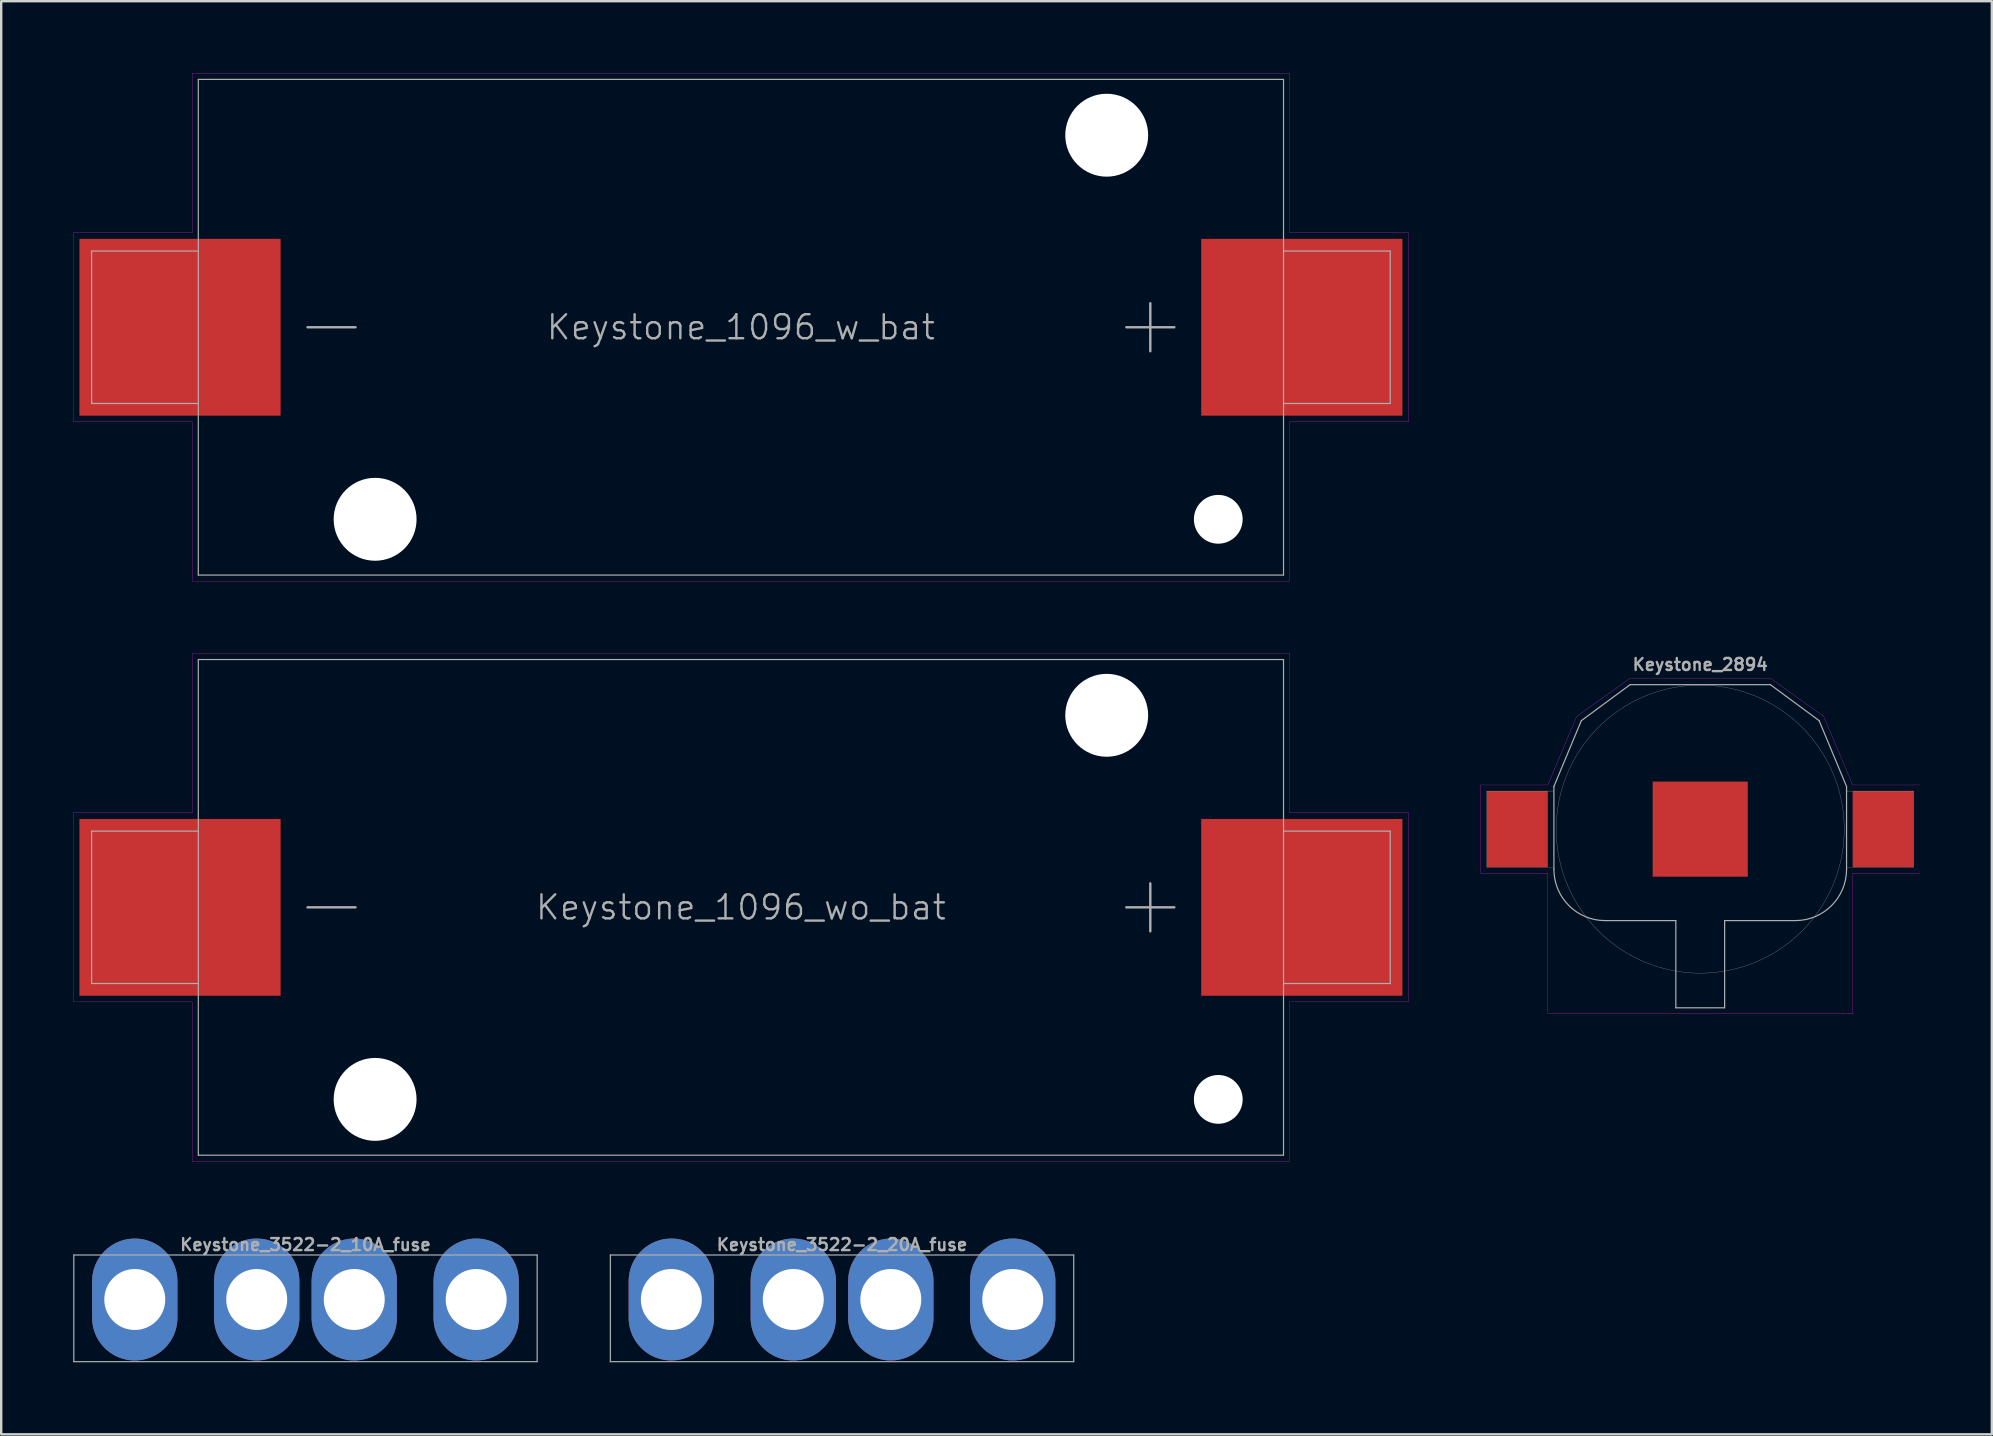
<source format=kicad_pcb>
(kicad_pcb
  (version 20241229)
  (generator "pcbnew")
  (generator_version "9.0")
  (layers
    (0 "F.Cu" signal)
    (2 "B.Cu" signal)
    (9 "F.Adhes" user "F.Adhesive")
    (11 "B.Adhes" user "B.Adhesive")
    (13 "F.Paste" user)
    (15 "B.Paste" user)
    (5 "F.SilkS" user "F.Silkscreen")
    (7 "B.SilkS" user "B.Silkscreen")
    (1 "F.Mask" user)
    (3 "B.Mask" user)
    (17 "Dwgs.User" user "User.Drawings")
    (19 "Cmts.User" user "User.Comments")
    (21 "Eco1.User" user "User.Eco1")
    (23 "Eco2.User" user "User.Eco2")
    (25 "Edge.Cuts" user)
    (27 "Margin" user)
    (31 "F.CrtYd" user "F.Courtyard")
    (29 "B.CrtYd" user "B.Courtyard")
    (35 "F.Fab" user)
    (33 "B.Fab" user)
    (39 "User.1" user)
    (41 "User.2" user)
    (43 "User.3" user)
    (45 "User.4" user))
  (footprint "Keystone_2894"
    (layer "F.Cu")
    (at 67.785 31.494)
    (property "Reference" "Keystone_2894" (at 0 -6.858 0) (layer "F.Fab") (effects (font (size 0.5 0.5) (thickness 0.1))))
    (attr through_hole)
    (fp_line (start -9.144 -1.841) (end -6.35 -1.841) (stroke (width 0.01) (type solid)) (layer "F.CrtYd"))
    (fp_line (start -9.144 1.841) (end -9.144 -1.841) (stroke (width 0.01) (type solid)) (layer "F.CrtYd"))
    (fp_line (start -9.144 1.841) (end -6.35 1.841) (stroke (width 0.01) (type solid)) (layer "F.CrtYd"))
    (fp_line (start -6.35 -1.841) (end -5.144 -4.699) (stroke (width 0.01) (type solid)) (layer "F.CrtYd"))
    (fp_line (start -6.35 1.841) (end -6.35 7.684) (stroke (width 0.01) (type solid)) (layer "F.CrtYd"))
    (fp_line (start -6.35 7.684) (end 6.35 7.684) (stroke (width 0.01) (type solid)) (layer "F.CrtYd"))
    (fp_line (start -5.144 -4.699) (end -2.921 -6.287) (stroke (width 0.01) (type solid)) (layer "F.CrtYd"))
    (fp_line (start 2.921 -6.287) (end -2.921 -6.287) (stroke (width 0.01) (type solid)) (layer "F.CrtYd"))
    (fp_line (start 5.144 -4.699) (end 2.921 -6.287) (stroke (width 0.01) (type solid)) (layer "F.CrtYd"))
    (fp_line (start 6.35 -1.841) (end 5.144 -4.699) (stroke (width 0.01) (type solid)) (layer "F.CrtYd"))
    (fp_line (start 6.35 1.841) (end 6.35 7.684) (stroke (width 0.01) (type solid)) (layer "F.CrtYd"))
    (fp_line (start 9.144 -1.841) (end 6.35 -1.841) (stroke (width 0.01) (type solid)) (layer "F.CrtYd"))
    (fp_line (start 9.144 1.841) (end 6.35 1.841) (stroke (width 0.01) (type solid)) (layer "F.CrtYd"))
    (fp_line (start -8.89 -1.587) (end -8.89 1.587) (stroke (width 0.01) (type solid)) (layer "F.Fab"))
    (fp_line (start -8.89 1.587) (end -6.096 1.587) (stroke (width 0.01) (type solid)) (layer "F.Fab"))
    (fp_line (start -6.096 -1.587) (end -8.89 -1.587) (stroke (width 0.01) (type solid)) (layer "F.Fab"))
    (fp_line (start -6.096 1.676) (end -6.096 -1.778) (stroke (width 0.05) (type solid)) (layer "F.Fab"))
    (fp_line (start -4.953 -4.521) (end -6.096 -1.778) (stroke (width 0.05) (type solid)) (layer "F.Fab"))
    (fp_line (start -4.953 -4.521) (end -2.921 -6.02) (stroke (width 0.05) (type solid)) (layer "F.Fab"))
    (fp_line (start -3.962 3.81) (end -1.016 3.81) (stroke (width 0.05) (type solid)) (layer "F.Fab"))
    (fp_line (start -2.921 -6.02) (end 2.921 -6.02) (stroke (width 0.05) (type solid)) (layer "F.Fab"))
    (fp_line (start -1.016 7.442) (end -1.016 3.81) (stroke (width 0.05) (type solid)) (layer "F.Fab"))
    (fp_line (start 1.016 7.442) (end -1.016 7.442) (stroke (width 0.05) (type solid)) (layer "F.Fab"))
    (fp_line (start 1.016 7.442) (end 1.016 3.81) (stroke (width 0.05) (type solid)) (layer "F.Fab"))
    (fp_line (start 3.962 3.81) (end 1.016 3.81) (stroke (width 0.05) (type solid)) (layer "F.Fab"))
    (fp_line (start 4.953 -4.521) (end 2.921 -6.02) (stroke (width 0.05) (type solid)) (layer "F.Fab"))
    (fp_line (start 4.953 -4.521) (end 6.096 -1.778) (stroke (width 0.05) (type solid)) (layer "F.Fab"))
    (fp_line (start 6.096 -1.587) (end 8.89 -1.587) (stroke (width 0.01) (type solid)) (layer "F.Fab"))
    (fp_line (start 6.096 1.676) (end 6.096 -1.778) (stroke (width 0.05) (type solid)) (layer "F.Fab"))
    (fp_line (start 8.89 -1.587) (end 8.89 1.587) (stroke (width 0.01) (type solid)) (layer "F.Fab"))
    (fp_line (start 8.89 1.587) (end 6.096 1.587) (stroke (width 0.01) (type solid)) (layer "F.Fab"))
    (fp_arc (start -3.9624 3.81) (mid -5.471083 3.185083) (end -6.096 1.6764) (stroke (width 0.05) (type solid)) (layer "F.Fab"))
    (fp_arc (start 6.096 1.6764) (mid 5.471083 3.185083) (end 3.9624 3.81) (stroke (width 0.05) (type solid)) (layer "F.Fab"))
    (fp_circle (center 0 0) (end 6 0) (stroke (width 0.01) (type solid)) (fill no) (layer "F.Fab"))
    (pad "1" smd rect (at 0 0) (size 3.962 3.962) (layers "F.Cu" "F.Mask"))
    (pad "2" smd rect (at -7.62 0) (size 2.54 3.175) (layers "F.Cu" "F.Mask" "F.Paste"))
    (pad "2" smd rect (at 7.62 0) (size 2.54 3.175) (layers "F.Cu" "F.Mask" "F.Paste")))
  (footprint "Keystone_3522-2_20A_fuse"
    (layer "F.Cu")
    (at 32.031 51.09)
    (property "Reference" "Keystone_3522-2_20A_fuse" (at 0 -2.286 0) (layer "F.Fab") (effects (font (size 0.5 0.5) (thickness 0.1))))
    (attr through_hole)
    (fp_line (start -9.652 -1.854) (end -9.652 2.591) (stroke (width 0.05) (type solid)) (layer "F.Fab"))
    (fp_line (start -9.652 -1.854) (end 9.652 -1.854) (stroke (width 0.05) (type solid)) (layer "F.Fab"))
    (fp_line (start -9.652 2.591) (end 9.652 2.591) (stroke (width 0.05) (type solid)) (layer "F.Fab"))
    (fp_line (start 9.652 -1.854) (end 9.652 2.591) (stroke (width 0.05) (type solid)) (layer "F.Fab"))
    (pad "1" thru_hole oval (at -7.112 0) (size 3.556 5.08) (drill 2.54) (layers "*.Cu" "*.Mask"))
    (pad "1" thru_hole oval (at -2.032 0) (size 3.556 5.08) (drill 2.54) (layers "*.Cu" "*.Mask"))
    (pad "2" thru_hole oval (at 2.032 0) (size 3.556 5.08) (drill 2.54) (layers "*.Cu" "*.Mask"))
    (pad "2" thru_hole oval (at 7.112 0) (size 3.556 5.08) (drill 2.54) (layers "*.Cu" "*.Mask")))
  (footprint "Keystone_1096_wo_bat"
    (layer "F.Cu")
    (at 27.818 34.752)
    (property "Reference" "Keystone_1096_wo_bat" (at 0 0 0) (layer "F.Fab") (effects (font (size 1 1) (thickness 0.1))))
    (attr smd)
    (fp_line (start -27.813 -3.937) (end -22.86 -3.937) (stroke (width 0.01) (type solid)) (layer "F.CrtYd"))
    (fp_line (start -27.813 3.937) (end -27.813 -3.937) (stroke (width 0.01) (type solid)) (layer "F.CrtYd"))
    (fp_line (start -22.86 -10.579) (end 22.856 -10.579) (stroke (width 0.01) (type solid)) (layer "F.CrtYd"))
    (fp_line (start -22.86 -3.937) (end -22.86 -10.579) (stroke (width 0.01) (type solid)) (layer "F.CrtYd"))
    (fp_line (start -22.86 3.937) (end -27.813 3.937) (stroke (width 0.01) (type solid)) (layer "F.CrtYd"))
    (fp_line (start -22.86 10.579) (end -22.86 3.937) (stroke (width 0.01) (type solid)) (layer "F.CrtYd"))
    (fp_line (start 22.86 -10.579) (end 22.86 -3.937) (stroke (width 0.01) (type solid)) (layer "F.CrtYd"))
    (fp_line (start 22.86 -3.937) (end 27.813 -3.937) (stroke (width 0.01) (type solid)) (layer "F.CrtYd"))
    (fp_line (start 22.86 3.937) (end 22.86 10.579) (stroke (width 0.01) (type solid)) (layer "F.CrtYd"))
    (fp_line (start 22.86 10.579) (end -22.86 10.579) (stroke (width 0.01) (type solid)) (layer "F.CrtYd"))
    (fp_line (start 27.813 -3.937) (end 27.813 3.937) (stroke (width 0.01) (type solid)) (layer "F.CrtYd"))
    (fp_line (start 27.813 3.937) (end 22.86 3.937) (stroke (width 0.01) (type solid)) (layer "F.CrtYd"))
    (fp_line (start -27.051 -3.175) (end -22.606 -3.175) (stroke (width 0.05) (type solid)) (layer "F.Fab"))
    (fp_line (start -27.051 3.175) (end -27.051 -3.175) (stroke (width 0.05) (type solid)) (layer "F.Fab"))
    (fp_line (start -22.606 3.175) (end -27.051 3.175) (stroke (width 0.05) (type solid)) (layer "F.Fab"))
    (fp_line (start -22.606 -10.325) (end -22.606 10.325) (stroke (width 0.05) (type solid)) (layer "F.Fab"))
    (fp_line (start -22.606 10.325) (end 22.606 10.325) (stroke (width 0.05) (type solid)) (layer "F.Fab"))
    (fp_line (start -18.056 0) (end -16.056 0) (stroke (width 0.1) (type solid)) (layer "F.Fab"))
    (fp_line (start 17.056 -1) (end 17.056 1) (stroke (width 0.1) (type solid)) (layer "F.Fab"))
    (fp_line (start 18.056 0) (end 16.056 0) (stroke (width 0.1) (type solid)) (layer "F.Fab"))
    (fp_line (start 22.606 -10.325) (end -22.606 -10.325) (stroke (width 0.05) (type solid)) (layer "F.Fab"))
    (fp_line (start 22.606 10.325) (end 22.606 -10.325) (stroke (width 0.05) (type solid)) (layer "F.Fab"))
    (fp_line (start 22.606 -3.175) (end 27.051 -3.175) (stroke (width 0.05) (type solid)) (layer "F.Fab"))
    (fp_line (start 27.051 -3.175) (end 27.051 3.175) (stroke (width 0.05) (type solid)) (layer "F.Fab"))
    (fp_line (start 27.051 3.175) (end 22.606 3.175) (stroke (width 0.05) (type solid)) (layer "F.Fab"))
    (pad "" np_thru_hole circle (at -15.24 8.001) (size 3.454 3.454) (drill 3.454) (layers "*.Cu" "*.Mask"))
    (pad "" np_thru_hole circle (at 15.24 -8.001) (size 3.454 3.454) (drill 3.454) (layers "*.Cu" "*.Mask"))
    (pad "" np_thru_hole circle (at 19.888 8.001) (size 2.032 2.032) (drill 2.032) (layers "*.Cu" "*.Mask"))
    (pad "1" smd rect (at -23.368 0) (size 8.382 7.366) (layers "F.Cu" "F.Mask" "F.Paste"))
    (pad "2" smd rect (at 23.368 0) (size 8.382 7.366) (layers "F.Cu" "F.Mask" "F.Paste")))
  (footprint "Keystone_1096_w_bat"
    (layer "F.Cu")
    (at 27.818 10.584)
    (property "Reference" "Keystone_1096_w_bat" (at 0 0 0) (layer "F.Fab") (effects (font (size 1 1) (thickness 0.1))))
    (attr smd)
    (fp_line (start -27.813 -3.937) (end -22.86 -3.937) (stroke (width 0.01) (type solid)) (layer "F.CrtYd"))
    (fp_line (start -27.813 3.937) (end -27.813 -3.937) (stroke (width 0.01) (type solid)) (layer "F.CrtYd"))
    (fp_line (start -22.86 -10.579) (end 22.856 -10.579) (stroke (width 0.01) (type solid)) (layer "F.CrtYd"))
    (fp_line (start -22.86 -3.937) (end -22.86 -10.579) (stroke (width 0.01) (type solid)) (layer "F.CrtYd"))
    (fp_line (start -22.86 3.937) (end -27.813 3.937) (stroke (width 0.01) (type solid)) (layer "F.CrtYd"))
    (fp_line (start -22.86 10.579) (end -22.86 3.937) (stroke (width 0.01) (type solid)) (layer "F.CrtYd"))
    (fp_line (start 22.86 -10.579) (end 22.86 -3.937) (stroke (width 0.01) (type solid)) (layer "F.CrtYd"))
    (fp_line (start 22.86 -3.937) (end 27.813 -3.937) (stroke (width 0.01) (type solid)) (layer "F.CrtYd"))
    (fp_line (start 22.86 3.937) (end 22.86 10.579) (stroke (width 0.01) (type solid)) (layer "F.CrtYd"))
    (fp_line (start 22.86 10.579) (end -22.86 10.579) (stroke (width 0.01) (type solid)) (layer "F.CrtYd"))
    (fp_line (start 27.813 -3.937) (end 27.813 3.937) (stroke (width 0.01) (type solid)) (layer "F.CrtYd"))
    (fp_line (start 27.813 3.937) (end 22.86 3.937) (stroke (width 0.01) (type solid)) (layer "F.CrtYd"))
    (fp_line (start -27.051 -3.175) (end -22.606 -3.175) (stroke (width 0.05) (type solid)) (layer "F.Fab"))
    (fp_line (start -27.051 3.175) (end -27.051 -3.175) (stroke (width 0.05) (type solid)) (layer "F.Fab"))
    (fp_line (start -22.606 3.175) (end -27.051 3.175) (stroke (width 0.05) (type solid)) (layer "F.Fab"))
    (fp_line (start -22.606 -10.325) (end -22.606 10.325) (stroke (width 0.05) (type solid)) (layer "F.Fab"))
    (fp_line (start -22.606 10.325) (end 22.606 10.325) (stroke (width 0.05) (type solid)) (layer "F.Fab"))
    (fp_line (start -18.056 0) (end -16.056 0) (stroke (width 0.1) (type solid)) (layer "F.Fab"))
    (fp_line (start 17.056 -1) (end 17.056 1) (stroke (width 0.1) (type solid)) (layer "F.Fab"))
    (fp_line (start 18.056 0) (end 16.056 0) (stroke (width 0.1) (type solid)) (layer "F.Fab"))
    (fp_line (start 22.606 -10.325) (end -22.606 -10.325) (stroke (width 0.05) (type solid)) (layer "F.Fab"))
    (fp_line (start 22.606 10.325) (end 22.606 -10.325) (stroke (width 0.05) (type solid)) (layer "F.Fab"))
    (fp_line (start 22.606 -3.175) (end 27.051 -3.175) (stroke (width 0.05) (type solid)) (layer "F.Fab"))
    (fp_line (start 27.051 -3.175) (end 27.051 3.175) (stroke (width 0.05) (type solid)) (layer "F.Fab"))
    (fp_line (start 27.051 3.175) (end 22.606 3.175) (stroke (width 0.05) (type solid)) (layer "F.Fab"))
    (pad "" np_thru_hole circle (at -15.24 8.001) (size 3.454 3.454) (drill 3.454) (layers "*.Cu" "*.Mask"))
    (pad "" np_thru_hole circle (at 15.24 -8.001) (size 3.454 3.454) (drill 3.454) (layers "*.Cu" "*.Mask"))
    (pad "" np_thru_hole circle (at 19.888 8.001) (size 2.032 2.032) (drill 2.032) (layers "*.Cu" "*.Mask"))
    (pad "1" smd rect (at -23.368 0) (size 8.382 7.366) (layers "F.Cu" "F.Mask" "F.Paste"))
    (pad "2" smd rect (at 23.368 0) (size 8.382 7.366) (layers "F.Cu" "F.Mask" "F.Paste")))
  (footprint "Keystone_3522-2_10A_fuse"
    (layer "F.Cu")
    (at 9.677 51.09)
    (property "Reference" "Keystone_3522-2_10A_fuse" (at 0 -2.286 0) (layer "F.Fab") (effects (font (size 0.5 0.5) (thickness 0.1))))
    (attr through_hole)
    (fp_line (start -9.652 -1.854) (end -9.652 2.591) (stroke (width 0.05) (type solid)) (layer "F.Fab"))
    (fp_line (start -9.652 -1.854) (end 9.652 -1.854) (stroke (width 0.05) (type solid)) (layer "F.Fab"))
    (fp_line (start -9.652 2.591) (end 9.652 2.591) (stroke (width 0.05) (type solid)) (layer "F.Fab"))
    (fp_line (start 9.652 -1.854) (end 9.652 2.591) (stroke (width 0.05) (type solid)) (layer "F.Fab"))
    (pad "1" thru_hole oval (at -7.112 0) (size 3.556 5.08) (drill 2.54) (layers "*.Cu" "*.Mask"))
    (pad "1" thru_hole oval (at -2.032 0) (size 3.556 5.08) (drill 2.54) (layers "*.Cu" "*.Mask"))
    (pad "2" thru_hole oval (at 2.032 0) (size 3.556 5.08) (drill 2.54) (layers "*.Cu" "*.Mask"))
    (pad "2" thru_hole oval (at 7.112 0) (size 3.556 5.08) (drill 2.54) (layers "*.Cu" "*.Mask")))
  (gr_rect
    (start -3 -3)
    (end 79.934 56.706)
    (stroke (width 0.1) (type default))
    (fill no)
    (layer "Edge.Cuts")))
</source>
